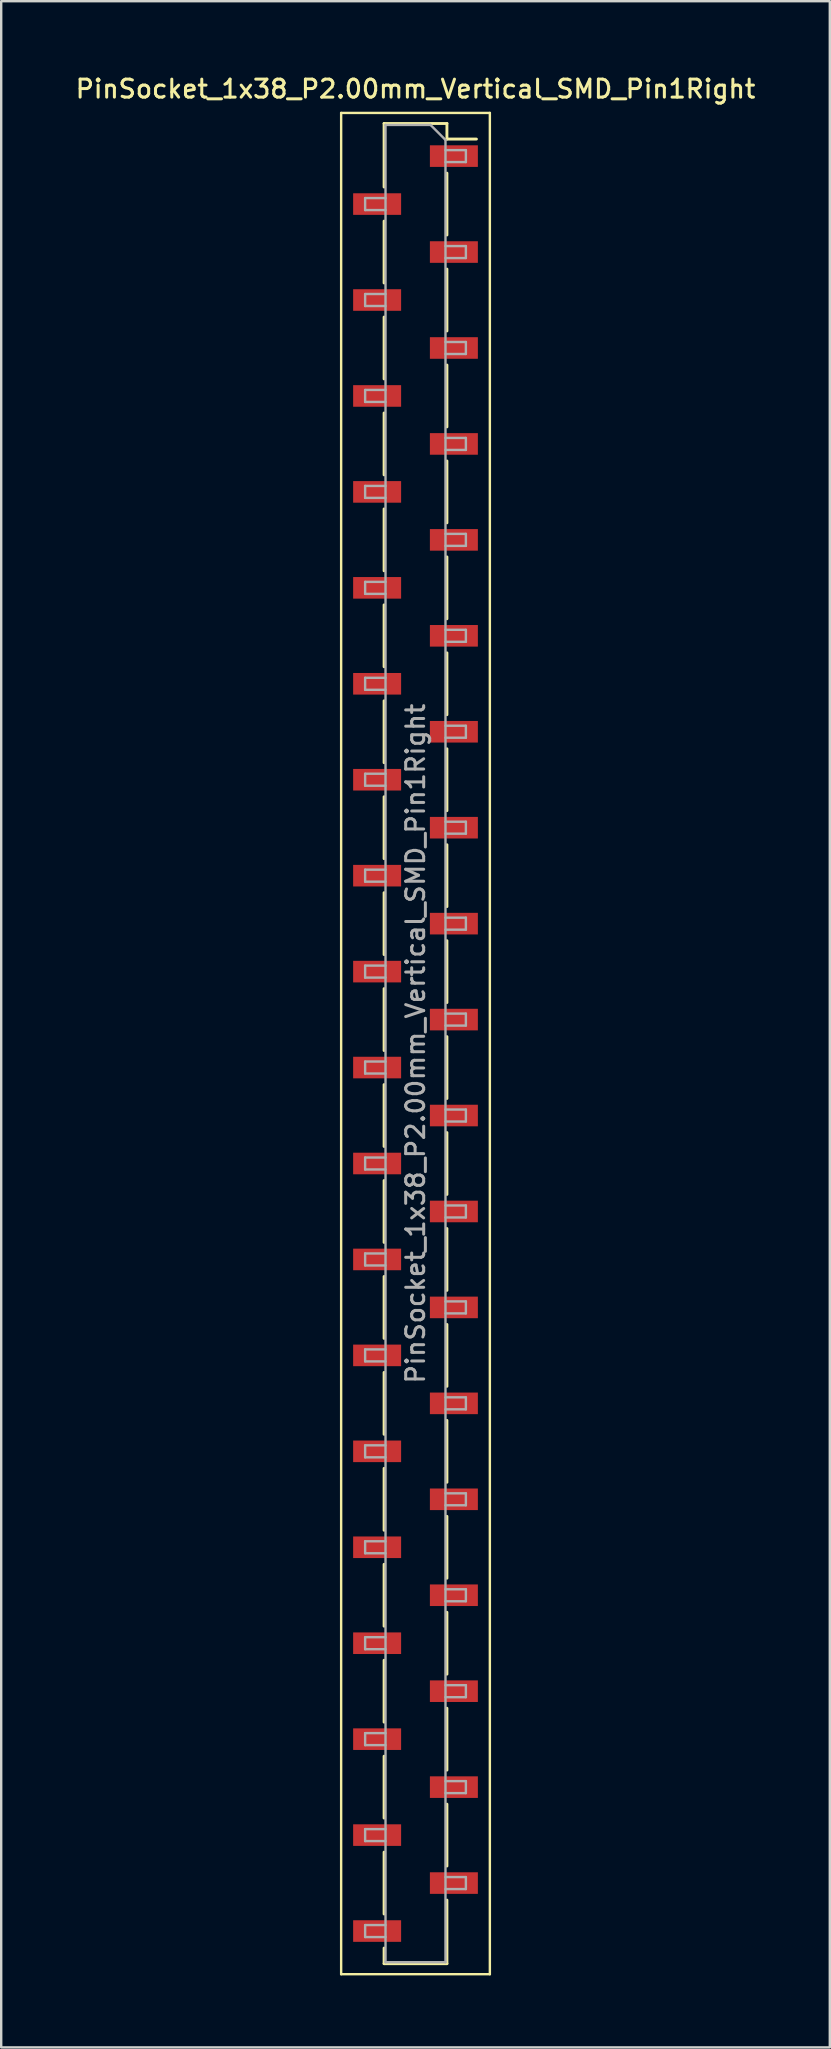
<source format=kicad_pcb>
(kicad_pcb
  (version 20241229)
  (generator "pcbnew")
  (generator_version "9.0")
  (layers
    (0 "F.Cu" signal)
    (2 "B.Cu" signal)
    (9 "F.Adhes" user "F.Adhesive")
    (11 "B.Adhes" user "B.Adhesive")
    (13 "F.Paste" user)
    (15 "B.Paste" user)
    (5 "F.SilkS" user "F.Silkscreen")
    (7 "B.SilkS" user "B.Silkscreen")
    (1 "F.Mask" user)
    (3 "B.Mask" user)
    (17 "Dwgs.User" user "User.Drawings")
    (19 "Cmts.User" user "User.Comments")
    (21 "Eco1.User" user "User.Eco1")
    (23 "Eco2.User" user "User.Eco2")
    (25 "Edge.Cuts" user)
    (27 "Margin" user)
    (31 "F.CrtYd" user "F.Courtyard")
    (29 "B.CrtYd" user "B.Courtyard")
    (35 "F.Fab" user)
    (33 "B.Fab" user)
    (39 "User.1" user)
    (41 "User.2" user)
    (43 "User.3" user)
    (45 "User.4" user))
  (footprint "PinSocket_1x38_P2.00mm_Vertical_SMD_Pin1Right"
    (layer "F.Cu")
    (at 14.273 40.458)
    (property "Reference" "PinSocket_1x38_P2.00mm_Vertical_SMD_Pin1Right" (at 0 -39.8 0) (layer "F.SilkS") (effects (font (size 0.75 0.75) (thickness 0.125))))
    (attr smd)
    (fp_line (start -3.1 -38.8) (end 3.1 -38.8) (stroke (width 0.1) (type solid)) (layer "F.SilkS"))
    (fp_line (start -3.1 38.8) (end -3.1 -38.8) (stroke (width 0.1) (type solid)) (layer "F.SilkS"))
    (fp_line (start -1.31 -38.36) (end -1.31 -35.71) (stroke (width 0.12) (type solid)) (layer "F.SilkS"))
    (fp_line (start -1.31 -38.36) (end 1.31 -38.36) (stroke (width 0.12) (type solid)) (layer "F.SilkS"))
    (fp_line (start -1.31 -34.29) (end -1.31 -31.71) (stroke (width 0.12) (type solid)) (layer "F.SilkS"))
    (fp_line (start -1.31 -30.29) (end -1.31 -27.71) (stroke (width 0.12) (type solid)) (layer "F.SilkS"))
    (fp_line (start -1.31 -26.29) (end -1.31 -23.71) (stroke (width 0.12) (type solid)) (layer "F.SilkS"))
    (fp_line (start -1.31 -22.29) (end -1.31 -19.71) (stroke (width 0.12) (type solid)) (layer "F.SilkS"))
    (fp_line (start -1.31 -18.29) (end -1.31 -15.71) (stroke (width 0.12) (type solid)) (layer "F.SilkS"))
    (fp_line (start -1.31 -14.29) (end -1.31 -11.71) (stroke (width 0.12) (type solid)) (layer "F.SilkS"))
    (fp_line (start -1.31 -10.29) (end -1.31 -7.71) (stroke (width 0.12) (type solid)) (layer "F.SilkS"))
    (fp_line (start -1.31 -6.29) (end -1.31 -3.71) (stroke (width 0.12) (type solid)) (layer "F.SilkS"))
    (fp_line (start -1.31 -2.29) (end -1.31 0.29) (stroke (width 0.12) (type solid)) (layer "F.SilkS"))
    (fp_line (start -1.31 1.71) (end -1.31 4.29) (stroke (width 0.12) (type solid)) (layer "F.SilkS"))
    (fp_line (start -1.31 5.71) (end -1.31 8.29) (stroke (width 0.12) (type solid)) (layer "F.SilkS"))
    (fp_line (start -1.31 9.71) (end -1.31 12.29) (stroke (width 0.12) (type solid)) (layer "F.SilkS"))
    (fp_line (start -1.31 13.71) (end -1.31 16.29) (stroke (width 0.12) (type solid)) (layer "F.SilkS"))
    (fp_line (start -1.31 17.71) (end -1.31 20.29) (stroke (width 0.12) (type solid)) (layer "F.SilkS"))
    (fp_line (start -1.31 21.71) (end -1.31 24.29) (stroke (width 0.12) (type solid)) (layer "F.SilkS"))
    (fp_line (start -1.31 25.71) (end -1.31 28.29) (stroke (width 0.12) (type solid)) (layer "F.SilkS"))
    (fp_line (start -1.31 29.71) (end -1.31 32.29) (stroke (width 0.12) (type solid)) (layer "F.SilkS"))
    (fp_line (start -1.31 33.71) (end -1.31 36.29) (stroke (width 0.12) (type solid)) (layer "F.SilkS"))
    (fp_line (start -1.31 37.71) (end -1.31 38.36) (stroke (width 0.12) (type solid)) (layer "F.SilkS"))
    (fp_line (start -1.31 38.36) (end 1.31 38.36) (stroke (width 0.12) (type solid)) (layer "F.SilkS"))
    (fp_line (start 1.31 -38.36) (end 1.31 -37.71) (stroke (width 0.12) (type solid)) (layer "F.SilkS"))
    (fp_line (start 1.31 -37.71) (end 2.54 -37.71) (stroke (width 0.12) (type solid)) (layer "F.SilkS"))
    (fp_line (start 1.31 -36.29) (end 1.31 -33.71) (stroke (width 0.12) (type solid)) (layer "F.SilkS"))
    (fp_line (start 1.31 -32.29) (end 1.31 -29.71) (stroke (width 0.12) (type solid)) (layer "F.SilkS"))
    (fp_line (start 1.31 -28.29) (end 1.31 -25.71) (stroke (width 0.12) (type solid)) (layer "F.SilkS"))
    (fp_line (start 1.31 -24.29) (end 1.31 -21.71) (stroke (width 0.12) (type solid)) (layer "F.SilkS"))
    (fp_line (start 1.31 -20.29) (end 1.31 -17.71) (stroke (width 0.12) (type solid)) (layer "F.SilkS"))
    (fp_line (start 1.31 -16.29) (end 1.31 -13.71) (stroke (width 0.12) (type solid)) (layer "F.SilkS"))
    (fp_line (start 1.31 -12.29) (end 1.31 -9.71) (stroke (width 0.12) (type solid)) (layer "F.SilkS"))
    (fp_line (start 1.31 -8.29) (end 1.31 -5.71) (stroke (width 0.12) (type solid)) (layer "F.SilkS"))
    (fp_line (start 1.31 -4.29) (end 1.31 -1.71) (stroke (width 0.12) (type solid)) (layer "F.SilkS"))
    (fp_line (start 1.31 -0.29) (end 1.31 2.29) (stroke (width 0.12) (type solid)) (layer "F.SilkS"))
    (fp_line (start 1.31 3.71) (end 1.31 6.29) (stroke (width 0.12) (type solid)) (layer "F.SilkS"))
    (fp_line (start 1.31 7.71) (end 1.31 10.29) (stroke (width 0.12) (type solid)) (layer "F.SilkS"))
    (fp_line (start 1.31 11.71) (end 1.31 14.29) (stroke (width 0.12) (type solid)) (layer "F.SilkS"))
    (fp_line (start 1.31 15.71) (end 1.31 18.29) (stroke (width 0.12) (type solid)) (layer "F.SilkS"))
    (fp_line (start 1.31 19.71) (end 1.31 22.29) (stroke (width 0.12) (type solid)) (layer "F.SilkS"))
    (fp_line (start 1.31 23.71) (end 1.31 26.29) (stroke (width 0.12) (type solid)) (layer "F.SilkS"))
    (fp_line (start 1.31 27.71) (end 1.31 30.29) (stroke (width 0.12) (type solid)) (layer "F.SilkS"))
    (fp_line (start 1.31 31.71) (end 1.31 34.29) (stroke (width 0.12) (type solid)) (layer "F.SilkS"))
    (fp_line (start 1.31 35.71) (end 1.31 38.36) (stroke (width 0.12) (type solid)) (layer "F.SilkS"))
    (fp_line (start 3.1 -38.8) (end 3.1 38.8) (stroke (width 0.1) (type solid)) (layer "F.SilkS"))
    (fp_line (start 3.1 38.8) (end -3.1 38.8) (stroke (width 0.1) (type solid)) (layer "F.SilkS"))
    (fp_line (start -2.1 -35.25) (end -1.25 -35.25) (stroke (width 0.1) (type solid)) (layer "F.Fab"))
    (fp_line (start -2.1 -34.75) (end -2.1 -35.25) (stroke (width 0.1) (type solid)) (layer "F.Fab"))
    (fp_line (start -2.1 -31.25) (end -1.25 -31.25) (stroke (width 0.1) (type solid)) (layer "F.Fab"))
    (fp_line (start -2.1 -30.75) (end -2.1 -31.25) (stroke (width 0.1) (type solid)) (layer "F.Fab"))
    (fp_line (start -2.1 -27.25) (end -1.25 -27.25) (stroke (width 0.1) (type solid)) (layer "F.Fab"))
    (fp_line (start -2.1 -26.75) (end -2.1 -27.25) (stroke (width 0.1) (type solid)) (layer "F.Fab"))
    (fp_line (start -2.1 -23.25) (end -1.25 -23.25) (stroke (width 0.1) (type solid)) (layer "F.Fab"))
    (fp_line (start -2.1 -22.75) (end -2.1 -23.25) (stroke (width 0.1) (type solid)) (layer "F.Fab"))
    (fp_line (start -2.1 -19.25) (end -1.25 -19.25) (stroke (width 0.1) (type solid)) (layer "F.Fab"))
    (fp_line (start -2.1 -18.75) (end -2.1 -19.25) (stroke (width 0.1) (type solid)) (layer "F.Fab"))
    (fp_line (start -2.1 -15.25) (end -1.25 -15.25) (stroke (width 0.1) (type solid)) (layer "F.Fab"))
    (fp_line (start -2.1 -14.75) (end -2.1 -15.25) (stroke (width 0.1) (type solid)) (layer "F.Fab"))
    (fp_line (start -2.1 -11.25) (end -1.25 -11.25) (stroke (width 0.1) (type solid)) (layer "F.Fab"))
    (fp_line (start -2.1 -10.75) (end -2.1 -11.25) (stroke (width 0.1) (type solid)) (layer "F.Fab"))
    (fp_line (start -2.1 -7.25) (end -1.25 -7.25) (stroke (width 0.1) (type solid)) (layer "F.Fab"))
    (fp_line (start -2.1 -6.75) (end -2.1 -7.25) (stroke (width 0.1) (type solid)) (layer "F.Fab"))
    (fp_line (start -2.1 -3.25) (end -1.25 -3.25) (stroke (width 0.1) (type solid)) (layer "F.Fab"))
    (fp_line (start -2.1 -2.75) (end -2.1 -3.25) (stroke (width 0.1) (type solid)) (layer "F.Fab"))
    (fp_line (start -2.1 0.75) (end -1.25 0.75) (stroke (width 0.1) (type solid)) (layer "F.Fab"))
    (fp_line (start -2.1 1.25) (end -2.1 0.75) (stroke (width 0.1) (type solid)) (layer "F.Fab"))
    (fp_line (start -2.1 4.75) (end -1.25 4.75) (stroke (width 0.1) (type solid)) (layer "F.Fab"))
    (fp_line (start -2.1 5.25) (end -2.1 4.75) (stroke (width 0.1) (type solid)) (layer "F.Fab"))
    (fp_line (start -2.1 8.75) (end -1.25 8.75) (stroke (width 0.1) (type solid)) (layer "F.Fab"))
    (fp_line (start -2.1 9.25) (end -2.1 8.75) (stroke (width 0.1) (type solid)) (layer "F.Fab"))
    (fp_line (start -2.1 12.75) (end -1.25 12.75) (stroke (width 0.1) (type solid)) (layer "F.Fab"))
    (fp_line (start -2.1 13.25) (end -2.1 12.75) (stroke (width 0.1) (type solid)) (layer "F.Fab"))
    (fp_line (start -2.1 16.75) (end -1.25 16.75) (stroke (width 0.1) (type solid)) (layer "F.Fab"))
    (fp_line (start -2.1 17.25) (end -2.1 16.75) (stroke (width 0.1) (type solid)) (layer "F.Fab"))
    (fp_line (start -2.1 20.75) (end -1.25 20.75) (stroke (width 0.1) (type solid)) (layer "F.Fab"))
    (fp_line (start -2.1 21.25) (end -2.1 20.75) (stroke (width 0.1) (type solid)) (layer "F.Fab"))
    (fp_line (start -2.1 24.75) (end -1.25 24.75) (stroke (width 0.1) (type solid)) (layer "F.Fab"))
    (fp_line (start -2.1 25.25) (end -2.1 24.75) (stroke (width 0.1) (type solid)) (layer "F.Fab"))
    (fp_line (start -2.1 28.75) (end -1.25 28.75) (stroke (width 0.1) (type solid)) (layer "F.Fab"))
    (fp_line (start -2.1 29.25) (end -2.1 28.75) (stroke (width 0.1) (type solid)) (layer "F.Fab"))
    (fp_line (start -2.1 32.75) (end -1.25 32.75) (stroke (width 0.1) (type solid)) (layer "F.Fab"))
    (fp_line (start -2.1 33.25) (end -2.1 32.75) (stroke (width 0.1) (type solid)) (layer "F.Fab"))
    (fp_line (start -2.1 36.75) (end -1.25 36.75) (stroke (width 0.1) (type solid)) (layer "F.Fab"))
    (fp_line (start -2.1 37.25) (end -2.1 36.75) (stroke (width 0.1) (type solid)) (layer "F.Fab"))
    (fp_line (start -1.25 -38.3) (end 0.625 -38.3) (stroke (width 0.1) (type solid)) (layer "F.Fab"))
    (fp_line (start -1.25 -34.75) (end -2.1 -34.75) (stroke (width 0.1) (type solid)) (layer "F.Fab"))
    (fp_line (start -1.25 -30.75) (end -2.1 -30.75) (stroke (width 0.1) (type solid)) (layer "F.Fab"))
    (fp_line (start -1.25 -26.75) (end -2.1 -26.75) (stroke (width 0.1) (type solid)) (layer "F.Fab"))
    (fp_line (start -1.25 -22.75) (end -2.1 -22.75) (stroke (width 0.1) (type solid)) (layer "F.Fab"))
    (fp_line (start -1.25 -18.75) (end -2.1 -18.75) (stroke (width 0.1) (type solid)) (layer "F.Fab"))
    (fp_line (start -1.25 -14.75) (end -2.1 -14.75) (stroke (width 0.1) (type solid)) (layer "F.Fab"))
    (fp_line (start -1.25 -10.75) (end -2.1 -10.75) (stroke (width 0.1) (type solid)) (layer "F.Fab"))
    (fp_line (start -1.25 -6.75) (end -2.1 -6.75) (stroke (width 0.1) (type solid)) (layer "F.Fab"))
    (fp_line (start -1.25 -2.75) (end -2.1 -2.75) (stroke (width 0.1) (type solid)) (layer "F.Fab"))
    (fp_line (start -1.25 1.25) (end -2.1 1.25) (stroke (width 0.1) (type solid)) (layer "F.Fab"))
    (fp_line (start -1.25 5.25) (end -2.1 5.25) (stroke (width 0.1) (type solid)) (layer "F.Fab"))
    (fp_line (start -1.25 9.25) (end -2.1 9.25) (stroke (width 0.1) (type solid)) (layer "F.Fab"))
    (fp_line (start -1.25 13.25) (end -2.1 13.25) (stroke (width 0.1) (type solid)) (layer "F.Fab"))
    (fp_line (start -1.25 17.25) (end -2.1 17.25) (stroke (width 0.1) (type solid)) (layer "F.Fab"))
    (fp_line (start -1.25 21.25) (end -2.1 21.25) (stroke (width 0.1) (type solid)) (layer "F.Fab"))
    (fp_line (start -1.25 25.25) (end -2.1 25.25) (stroke (width 0.1) (type solid)) (layer "F.Fab"))
    (fp_line (start -1.25 29.25) (end -2.1 29.25) (stroke (width 0.1) (type solid)) (layer "F.Fab"))
    (fp_line (start -1.25 33.25) (end -2.1 33.25) (stroke (width 0.1) (type solid)) (layer "F.Fab"))
    (fp_line (start -1.25 37.25) (end -2.1 37.25) (stroke (width 0.1) (type solid)) (layer "F.Fab"))
    (fp_line (start -1.25 38.3) (end -1.25 -38.3) (stroke (width 0.1) (type solid)) (layer "F.Fab"))
    (fp_line (start 0.625 -38.3) (end 1.25 -37.675) (stroke (width 0.1) (type solid)) (layer "F.Fab"))
    (fp_line (start 1.25 -37.675) (end 1.25 38.3) (stroke (width 0.1) (type solid)) (layer "F.Fab"))
    (fp_line (start 1.25 -37.25) (end 2.1 -37.25) (stroke (width 0.1) (type solid)) (layer "F.Fab"))
    (fp_line (start 1.25 -33.25) (end 2.1 -33.25) (stroke (width 0.1) (type solid)) (layer "F.Fab"))
    (fp_line (start 1.25 -29.25) (end 2.1 -29.25) (stroke (width 0.1) (type solid)) (layer "F.Fab"))
    (fp_line (start 1.25 -25.25) (end 2.1 -25.25) (stroke (width 0.1) (type solid)) (layer "F.Fab"))
    (fp_line (start 1.25 -21.25) (end 2.1 -21.25) (stroke (width 0.1) (type solid)) (layer "F.Fab"))
    (fp_line (start 1.25 -17.25) (end 2.1 -17.25) (stroke (width 0.1) (type solid)) (layer "F.Fab"))
    (fp_line (start 1.25 -13.25) (end 2.1 -13.25) (stroke (width 0.1) (type solid)) (layer "F.Fab"))
    (fp_line (start 1.25 -9.25) (end 2.1 -9.25) (stroke (width 0.1) (type solid)) (layer "F.Fab"))
    (fp_line (start 1.25 -5.25) (end 2.1 -5.25) (stroke (width 0.1) (type solid)) (layer "F.Fab"))
    (fp_line (start 1.25 -1.25) (end 2.1 -1.25) (stroke (width 0.1) (type solid)) (layer "F.Fab"))
    (fp_line (start 1.25 2.75) (end 2.1 2.75) (stroke (width 0.1) (type solid)) (layer "F.Fab"))
    (fp_line (start 1.25 6.75) (end 2.1 6.75) (stroke (width 0.1) (type solid)) (layer "F.Fab"))
    (fp_line (start 1.25 10.75) (end 2.1 10.75) (stroke (width 0.1) (type solid)) (layer "F.Fab"))
    (fp_line (start 1.25 14.75) (end 2.1 14.75) (stroke (width 0.1) (type solid)) (layer "F.Fab"))
    (fp_line (start 1.25 18.75) (end 2.1 18.75) (stroke (width 0.1) (type solid)) (layer "F.Fab"))
    (fp_line (start 1.25 22.75) (end 2.1 22.75) (stroke (width 0.1) (type solid)) (layer "F.Fab"))
    (fp_line (start 1.25 26.75) (end 2.1 26.75) (stroke (width 0.1) (type solid)) (layer "F.Fab"))
    (fp_line (start 1.25 30.75) (end 2.1 30.75) (stroke (width 0.1) (type solid)) (layer "F.Fab"))
    (fp_line (start 1.25 34.75) (end 2.1 34.75) (stroke (width 0.1) (type solid)) (layer "F.Fab"))
    (fp_line (start 1.25 38.3) (end -1.25 38.3) (stroke (width 0.1) (type solid)) (layer "F.Fab"))
    (fp_line (start 2.1 -37.25) (end 2.1 -36.75) (stroke (width 0.1) (type solid)) (layer "F.Fab"))
    (fp_line (start 2.1 -36.75) (end 1.25 -36.75) (stroke (width 0.1) (type solid)) (layer "F.Fab"))
    (fp_line (start 2.1 -33.25) (end 2.1 -32.75) (stroke (width 0.1) (type solid)) (layer "F.Fab"))
    (fp_line (start 2.1 -32.75) (end 1.25 -32.75) (stroke (width 0.1) (type solid)) (layer "F.Fab"))
    (fp_line (start 2.1 -29.25) (end 2.1 -28.75) (stroke (width 0.1) (type solid)) (layer "F.Fab"))
    (fp_line (start 2.1 -28.75) (end 1.25 -28.75) (stroke (width 0.1) (type solid)) (layer "F.Fab"))
    (fp_line (start 2.1 -25.25) (end 2.1 -24.75) (stroke (width 0.1) (type solid)) (layer "F.Fab"))
    (fp_line (start 2.1 -24.75) (end 1.25 -24.75) (stroke (width 0.1) (type solid)) (layer "F.Fab"))
    (fp_line (start 2.1 -21.25) (end 2.1 -20.75) (stroke (width 0.1) (type solid)) (layer "F.Fab"))
    (fp_line (start 2.1 -20.75) (end 1.25 -20.75) (stroke (width 0.1) (type solid)) (layer "F.Fab"))
    (fp_line (start 2.1 -17.25) (end 2.1 -16.75) (stroke (width 0.1) (type solid)) (layer "F.Fab"))
    (fp_line (start 2.1 -16.75) (end 1.25 -16.75) (stroke (width 0.1) (type solid)) (layer "F.Fab"))
    (fp_line (start 2.1 -13.25) (end 2.1 -12.75) (stroke (width 0.1) (type solid)) (layer "F.Fab"))
    (fp_line (start 2.1 -12.75) (end 1.25 -12.75) (stroke (width 0.1) (type solid)) (layer "F.Fab"))
    (fp_line (start 2.1 -9.25) (end 2.1 -8.75) (stroke (width 0.1) (type solid)) (layer "F.Fab"))
    (fp_line (start 2.1 -8.75) (end 1.25 -8.75) (stroke (width 0.1) (type solid)) (layer "F.Fab"))
    (fp_line (start 2.1 -5.25) (end 2.1 -4.75) (stroke (width 0.1) (type solid)) (layer "F.Fab"))
    (fp_line (start 2.1 -4.75) (end 1.25 -4.75) (stroke (width 0.1) (type solid)) (layer "F.Fab"))
    (fp_line (start 2.1 -1.25) (end 2.1 -0.75) (stroke (width 0.1) (type solid)) (layer "F.Fab"))
    (fp_line (start 2.1 -0.75) (end 1.25 -0.75) (stroke (width 0.1) (type solid)) (layer "F.Fab"))
    (fp_line (start 2.1 2.75) (end 2.1 3.25) (stroke (width 0.1) (type solid)) (layer "F.Fab"))
    (fp_line (start 2.1 3.25) (end 1.25 3.25) (stroke (width 0.1) (type solid)) (layer "F.Fab"))
    (fp_line (start 2.1 6.75) (end 2.1 7.25) (stroke (width 0.1) (type solid)) (layer "F.Fab"))
    (fp_line (start 2.1 7.25) (end 1.25 7.25) (stroke (width 0.1) (type solid)) (layer "F.Fab"))
    (fp_line (start 2.1 10.75) (end 2.1 11.25) (stroke (width 0.1) (type solid)) (layer "F.Fab"))
    (fp_line (start 2.1 11.25) (end 1.25 11.25) (stroke (width 0.1) (type solid)) (layer "F.Fab"))
    (fp_line (start 2.1 14.75) (end 2.1 15.25) (stroke (width 0.1) (type solid)) (layer "F.Fab"))
    (fp_line (start 2.1 15.25) (end 1.25 15.25) (stroke (width 0.1) (type solid)) (layer "F.Fab"))
    (fp_line (start 2.1 18.75) (end 2.1 19.25) (stroke (width 0.1) (type solid)) (layer "F.Fab"))
    (fp_line (start 2.1 19.25) (end 1.25 19.25) (stroke (width 0.1) (type solid)) (layer "F.Fab"))
    (fp_line (start 2.1 22.75) (end 2.1 23.25) (stroke (width 0.1) (type solid)) (layer "F.Fab"))
    (fp_line (start 2.1 23.25) (end 1.25 23.25) (stroke (width 0.1) (type solid)) (layer "F.Fab"))
    (fp_line (start 2.1 26.75) (end 2.1 27.25) (stroke (width 0.1) (type solid)) (layer "F.Fab"))
    (fp_line (start 2.1 27.25) (end 1.25 27.25) (stroke (width 0.1) (type solid)) (layer "F.Fab"))
    (fp_line (start 2.1 30.75) (end 2.1 31.25) (stroke (width 0.1) (type solid)) (layer "F.Fab"))
    (fp_line (start 2.1 31.25) (end 1.25 31.25) (stroke (width 0.1) (type solid)) (layer "F.Fab"))
    (fp_line (start 2.1 34.75) (end 2.1 35.25) (stroke (width 0.1) (type solid)) (layer "F.Fab"))
    (fp_line (start 2.1 35.25) (end 1.25 35.25) (stroke (width 0.1) (type solid)) (layer "F.Fab"))
    (fp_text user "${REFERENCE}" (at 0 0 90) (layer "F.Fab") (effects (font (size 0.75 0.75) (thickness 0.125))))
    (pad "1" smd rect (at 1.6 -37) (size 2 0.9) (layers "F.Cu" "F.Mask" "F.Paste"))
    (pad "2" smd rect (at -1.6 -35) (size 2 0.9) (layers "F.Cu" "F.Mask" "F.Paste"))
    (pad "3" smd rect (at 1.6 -33) (size 2 0.9) (layers "F.Cu" "F.Mask" "F.Paste"))
    (pad "4" smd rect (at -1.6 -31) (size 2 0.9) (layers "F.Cu" "F.Mask" "F.Paste"))
    (pad "5" smd rect (at 1.6 -29) (size 2 0.9) (layers "F.Cu" "F.Mask" "F.Paste"))
    (pad "6" smd rect (at -1.6 -27) (size 2 0.9) (layers "F.Cu" "F.Mask" "F.Paste"))
    (pad "7" smd rect (at 1.6 -25) (size 2 0.9) (layers "F.Cu" "F.Mask" "F.Paste"))
    (pad "8" smd rect (at -1.6 -23) (size 2 0.9) (layers "F.Cu" "F.Mask" "F.Paste"))
    (pad "9" smd rect (at 1.6 -21) (size 2 0.9) (layers "F.Cu" "F.Mask" "F.Paste"))
    (pad "10" smd rect (at -1.6 -19) (size 2 0.9) (layers "F.Cu" "F.Mask" "F.Paste"))
    (pad "11" smd rect (at 1.6 -17) (size 2 0.9) (layers "F.Cu" "F.Mask" "F.Paste"))
    (pad "12" smd rect (at -1.6 -15) (size 2 0.9) (layers "F.Cu" "F.Mask" "F.Paste"))
    (pad "13" smd rect (at 1.6 -13) (size 2 0.9) (layers "F.Cu" "F.Mask" "F.Paste"))
    (pad "14" smd rect (at -1.6 -11) (size 2 0.9) (layers "F.Cu" "F.Mask" "F.Paste"))
    (pad "15" smd rect (at 1.6 -9) (size 2 0.9) (layers "F.Cu" "F.Mask" "F.Paste"))
    (pad "16" smd rect (at -1.6 -7) (size 2 0.9) (layers "F.Cu" "F.Mask" "F.Paste"))
    (pad "17" smd rect (at 1.6 -5) (size 2 0.9) (layers "F.Cu" "F.Mask" "F.Paste"))
    (pad "18" smd rect (at -1.6 -3) (size 2 0.9) (layers "F.Cu" "F.Mask" "F.Paste"))
    (pad "19" smd rect (at 1.6 -1) (size 2 0.9) (layers "F.Cu" "F.Mask" "F.Paste"))
    (pad "20" smd rect (at -1.6 1) (size 2 0.9) (layers "F.Cu" "F.Mask" "F.Paste"))
    (pad "21" smd rect (at 1.6 3) (size 2 0.9) (layers "F.Cu" "F.Mask" "F.Paste"))
    (pad "22" smd rect (at -1.6 5) (size 2 0.9) (layers "F.Cu" "F.Mask" "F.Paste"))
    (pad "23" smd rect (at 1.6 7) (size 2 0.9) (layers "F.Cu" "F.Mask" "F.Paste"))
    (pad "24" smd rect (at -1.6 9) (size 2 0.9) (layers "F.Cu" "F.Mask" "F.Paste"))
    (pad "25" smd rect (at 1.6 11) (size 2 0.9) (layers "F.Cu" "F.Mask" "F.Paste"))
    (pad "26" smd rect (at -1.6 13) (size 2 0.9) (layers "F.Cu" "F.Mask" "F.Paste"))
    (pad "27" smd rect (at 1.6 15) (size 2 0.9) (layers "F.Cu" "F.Mask" "F.Paste"))
    (pad "28" smd rect (at -1.6 17) (size 2 0.9) (layers "F.Cu" "F.Mask" "F.Paste"))
    (pad "29" smd rect (at 1.6 19) (size 2 0.9) (layers "F.Cu" "F.Mask" "F.Paste"))
    (pad "30" smd rect (at -1.6 21) (size 2 0.9) (layers "F.Cu" "F.Mask" "F.Paste"))
    (pad "31" smd rect (at 1.6 23) (size 2 0.9) (layers "F.Cu" "F.Mask" "F.Paste"))
    (pad "32" smd rect (at -1.6 25) (size 2 0.9) (layers "F.Cu" "F.Mask" "F.Paste"))
    (pad "33" smd rect (at 1.6 27) (size 2 0.9) (layers "F.Cu" "F.Mask" "F.Paste"))
    (pad "34" smd rect (at -1.6 29) (size 2 0.9) (layers "F.Cu" "F.Mask" "F.Paste"))
    (pad "35" smd rect (at 1.6 31) (size 2 0.9) (layers "F.Cu" "F.Mask" "F.Paste"))
    (pad "36" smd rect (at -1.6 33) (size 2 0.9) (layers "F.Cu" "F.Mask" "F.Paste"))
    (pad "37" smd rect (at 1.6 35) (size 2 0.9) (layers "F.Cu" "F.Mask" "F.Paste"))
    (pad "38" smd rect (at -1.6 37) (size 2 0.9) (layers "F.Cu" "F.Mask" "F.Paste")))
  (gr_rect
    (start -3 -3)
    (end 31.546 82.308)
    (stroke (width 0.1) (type default))
    (fill no)
    (layer "Edge.Cuts")))
</source>
